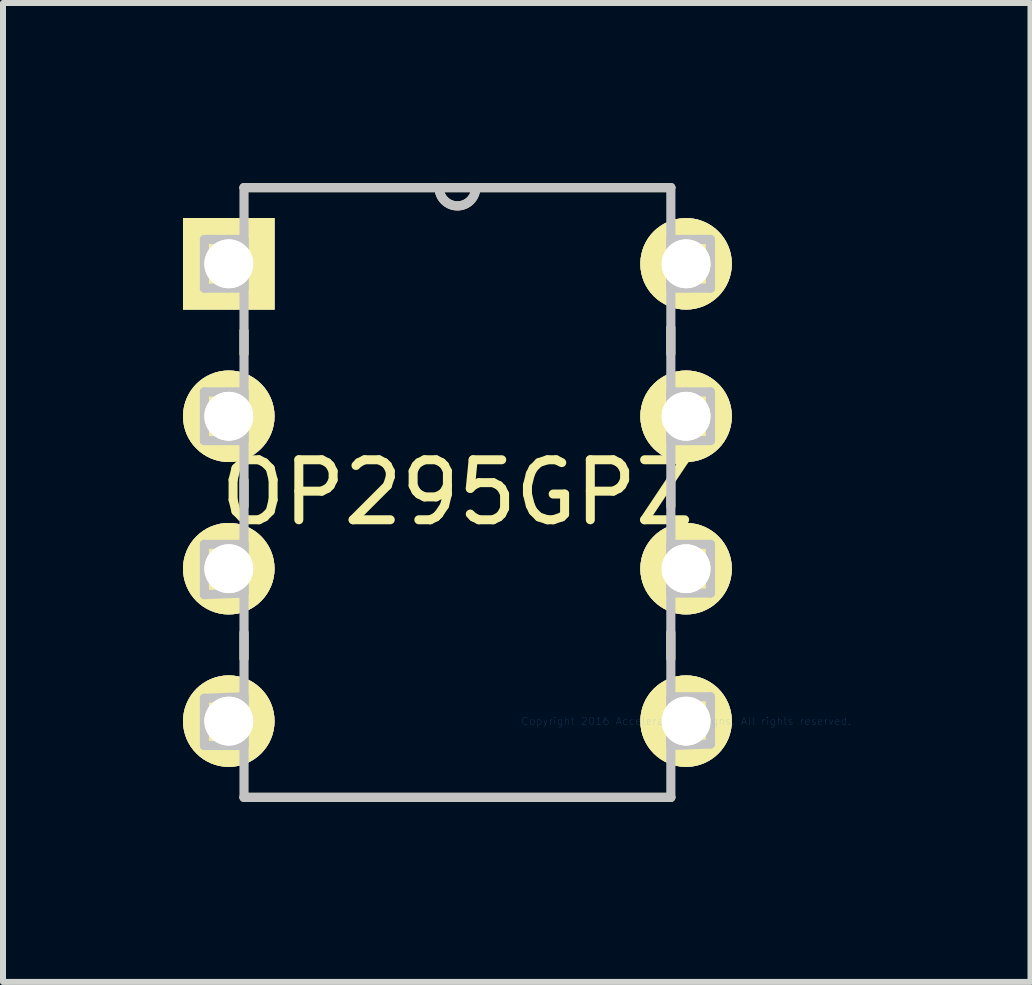
<source format=kicad_pcb>
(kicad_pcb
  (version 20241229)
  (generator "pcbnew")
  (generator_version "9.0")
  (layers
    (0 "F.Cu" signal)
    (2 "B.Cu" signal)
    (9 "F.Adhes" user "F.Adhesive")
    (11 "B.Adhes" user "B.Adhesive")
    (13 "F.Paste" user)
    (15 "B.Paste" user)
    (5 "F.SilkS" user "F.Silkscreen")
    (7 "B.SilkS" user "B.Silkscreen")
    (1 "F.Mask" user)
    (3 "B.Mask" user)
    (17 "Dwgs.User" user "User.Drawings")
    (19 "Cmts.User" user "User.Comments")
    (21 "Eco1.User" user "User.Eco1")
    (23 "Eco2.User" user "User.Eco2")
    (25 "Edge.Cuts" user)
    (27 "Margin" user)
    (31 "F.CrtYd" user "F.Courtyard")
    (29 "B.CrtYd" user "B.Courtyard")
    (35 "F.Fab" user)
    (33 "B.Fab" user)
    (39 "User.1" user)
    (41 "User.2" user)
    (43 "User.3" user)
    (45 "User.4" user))
  (footprint "OP295GPZ"
    (layer "F.Cu")
    (at 8.382 8.966)
    (property "Reference" "OP295GPZ" (at -3.81 -3.81 0) (layer "F.SilkS") (effects (font (size 1 1) (thickness 0.15))))
    (attr through_hole)
    (fp_line (start -7.366 -6.502) (end -7.366 -6.121) (stroke (width 0.152) (type solid)) (layer "F.SilkS"))
    (fp_line (start -7.366 -4.013) (end -7.366 -3.581) (stroke (width 0.152) (type solid)) (layer "F.SilkS"))
    (fp_line (start -7.366 -1.473) (end -7.366 -1.041) (stroke (width 0.152) (type solid)) (layer "F.SilkS"))
    (fp_line (start -7.366 1.27) (end -0.254 1.27) (stroke (width 0.152) (type solid)) (layer "F.SilkS"))
    (fp_line (start -0.254 -8.89) (end -7.366 -8.89) (stroke (width 0.152) (type solid)) (layer "F.SilkS"))
    (fp_line (start -0.254 -6.121) (end -0.254 -6.553) (stroke (width 0.152) (type solid)) (layer "F.SilkS"))
    (fp_line (start -0.254 -3.581) (end -0.254 -4.013) (stroke (width 0.152) (type solid)) (layer "F.SilkS"))
    (fp_line (start -0.254 -1.041) (end -0.254 -1.473) (stroke (width 0.152) (type solid)) (layer "F.SilkS"))
    (fp_arc (start -3.5052 -8.89) (mid -3.81 -8.5852) (end -4.1148 -8.89) (stroke (width 0.1524) (type solid)) (layer "F.SilkS"))
    (fp_line (start -8.026 -8.026) (end -8.026 -7.214) (stroke (width 0.152) (type solid)) (layer "Dwgs.User"))
    (fp_line (start -8.026 -7.214) (end -7.366 -7.214) (stroke (width 0.152) (type solid)) (layer "Dwgs.User"))
    (fp_line (start -8.026 -5.486) (end -8.026 -4.674) (stroke (width 0.152) (type solid)) (layer "Dwgs.User"))
    (fp_line (start -8.026 -4.674) (end -7.366 -4.674) (stroke (width 0.152) (type solid)) (layer "Dwgs.User"))
    (fp_line (start -8.026 -2.946) (end -8.026 -2.108) (stroke (width 0.152) (type solid)) (layer "Dwgs.User"))
    (fp_line (start -8.026 -2.108) (end -7.366 -2.134) (stroke (width 0.152) (type solid)) (layer "Dwgs.User"))
    (fp_line (start -8.026 -0.381) (end -8.026 0.406) (stroke (width 0.152) (type solid)) (layer "Dwgs.User"))
    (fp_line (start -8.026 0.406) (end -7.366 0.406) (stroke (width 0.152) (type solid)) (layer "Dwgs.User"))
    (fp_line (start -7.366 -8.89) (end -7.366 1.27) (stroke (width 0.152) (type solid)) (layer "Dwgs.User"))
    (fp_line (start -7.366 -8.026) (end -8.026 -8.026) (stroke (width 0.152) (type solid)) (layer "Dwgs.User"))
    (fp_line (start -7.366 -7.214) (end -7.366 -8.026) (stroke (width 0.152) (type solid)) (layer "Dwgs.User"))
    (fp_line (start -7.366 -5.486) (end -8.026 -5.486) (stroke (width 0.152) (type solid)) (layer "Dwgs.User"))
    (fp_line (start -7.366 -4.674) (end -7.366 -5.486) (stroke (width 0.152) (type solid)) (layer "Dwgs.User"))
    (fp_line (start -7.366 -2.946) (end -8.026 -2.946) (stroke (width 0.152) (type solid)) (layer "Dwgs.User"))
    (fp_line (start -7.366 -2.134) (end -7.366 -2.946) (stroke (width 0.152) (type solid)) (layer "Dwgs.User"))
    (fp_line (start -7.366 -0.406) (end -8.026 -0.381) (stroke (width 0.152) (type solid)) (layer "Dwgs.User"))
    (fp_line (start -7.366 0.406) (end -7.366 -0.406) (stroke (width 0.152) (type solid)) (layer "Dwgs.User"))
    (fp_line (start -7.366 1.27) (end -0.254 1.27) (stroke (width 0.152) (type solid)) (layer "Dwgs.User"))
    (fp_line (start -0.254 -8.89) (end -7.366 -8.89) (stroke (width 0.152) (type solid)) (layer "Dwgs.User"))
    (fp_line (start -0.254 -8.026) (end -0.254 -7.214) (stroke (width 0.152) (type solid)) (layer "Dwgs.User"))
    (fp_line (start -0.254 -7.214) (end 0.406 -7.214) (stroke (width 0.152) (type solid)) (layer "Dwgs.User"))
    (fp_line (start -0.254 -5.486) (end -0.254 -4.674) (stroke (width 0.152) (type solid)) (layer "Dwgs.User"))
    (fp_line (start -0.254 -4.674) (end 0.406 -4.674) (stroke (width 0.152) (type solid)) (layer "Dwgs.User"))
    (fp_line (start -0.254 -2.946) (end -0.254 -2.134) (stroke (width 0.152) (type solid)) (layer "Dwgs.User"))
    (fp_line (start -0.254 -2.134) (end 0.406 -2.134) (stroke (width 0.152) (type solid)) (layer "Dwgs.User"))
    (fp_line (start -0.254 -0.406) (end -0.254 0.406) (stroke (width 0.152) (type solid)) (layer "Dwgs.User"))
    (fp_line (start -0.254 0.406) (end 0.406 0.381) (stroke (width 0.152) (type solid)) (layer "Dwgs.User"))
    (fp_line (start -0.254 1.27) (end -0.254 -8.89) (stroke (width 0.152) (type solid)) (layer "Dwgs.User"))
    (fp_line (start 0.406 -8.026) (end -0.254 -8.026) (stroke (width 0.152) (type solid)) (layer "Dwgs.User"))
    (fp_line (start 0.406 -7.214) (end 0.406 -8.026) (stroke (width 0.152) (type solid)) (layer "Dwgs.User"))
    (fp_line (start 0.406 -5.486) (end -0.254 -5.486) (stroke (width 0.152) (type solid)) (layer "Dwgs.User"))
    (fp_line (start 0.406 -4.674) (end 0.406 -5.486) (stroke (width 0.152) (type solid)) (layer "Dwgs.User"))
    (fp_line (start 0.406 -2.946) (end -0.254 -2.946) (stroke (width 0.152) (type solid)) (layer "Dwgs.User"))
    (fp_line (start 0.406 -2.134) (end 0.406 -2.946) (stroke (width 0.152) (type solid)) (layer "Dwgs.User"))
    (fp_line (start 0.406 -0.406) (end -0.254 -0.406) (stroke (width 0.152) (type solid)) (layer "Dwgs.User"))
    (fp_line (start 0.406 0.381) (end 0.406 -0.406) (stroke (width 0.152) (type solid)) (layer "Dwgs.User"))
    (fp_arc (start -3.5052 -8.89) (mid -3.81 -8.5852) (end -4.1148 -8.89) (stroke (width 0.1524) (type solid)) (layer "Dwgs.User"))
    (fp_text user "Copyright 2016 Accelerated Designs. All rights reserved." (at 0 0 0) (layer "Cmts.User") (effects (font (size 0.127 0.127) (thickness 0.002))))
    (pad "1" thru_hole rect (at -7.62 -7.62) (size 1.524 1.524) (drill 0.813) (layers "*.Cu" "F.SilkS"))
    (pad "1" thru_hole rect (at -7.62 -7.62) (size 1.524 1.524) (drill 0.813) (layers "*.Cu" "F.SilkS"))
    (pad "2" thru_hole circle (at -7.62 -5.08) (size 1.524 1.524) (drill 0.813) (layers "*.Cu" "F.SilkS"))
    (pad "2" thru_hole circle (at -7.62 -5.08) (size 1.524 1.524) (drill 0.813) (layers "*.Cu" "F.SilkS"))
    (pad "3" thru_hole circle (at -7.62 -2.54) (size 1.524 1.524) (drill 0.813) (layers "*.Cu" "F.SilkS"))
    (pad "3" thru_hole circle (at -7.62 -2.54) (size 1.524 1.524) (drill 0.813) (layers "*.Cu" "F.SilkS"))
    (pad "4" thru_hole circle (at -7.62 0) (size 1.524 1.524) (drill 0.813) (layers "*.Cu" "F.SilkS"))
    (pad "4" thru_hole circle (at -7.62 0) (size 1.524 1.524) (drill 0.813) (layers "*.Cu" "F.SilkS"))
    (pad "5" thru_hole circle (at 0 0) (size 1.524 1.524) (drill 0.813) (layers "*.Cu" "F.SilkS"))
    (pad "5" thru_hole circle (at 0 0) (size 1.524 1.524) (drill 0.813) (layers "*.Cu" "F.SilkS"))
    (pad "6" thru_hole circle (at 0 -2.54) (size 1.524 1.524) (drill 0.813) (layers "*.Cu" "F.SilkS"))
    (pad "6" thru_hole circle (at 0 -2.54) (size 1.524 1.524) (drill 0.813) (layers "*.Cu" "F.SilkS"))
    (pad "7" thru_hole circle (at 0 -5.08) (size 1.524 1.524) (drill 0.813) (layers "*.Cu" "F.SilkS"))
    (pad "7" thru_hole circle (at 0 -5.08) (size 1.524 1.524) (drill 0.813) (layers "*.Cu" "F.SilkS"))
    (pad "8" thru_hole circle (at 0 -7.62) (size 1.524 1.524) (drill 0.813) (layers "*.Cu" "F.SilkS"))
    (pad "8" thru_hole circle (at 0 -7.62) (size 1.524 1.524) (drill 0.813) (layers "*.Cu" "F.SilkS")))
  (gr_rect
    (start -3 -3)
    (end 14.121 13.312)
    (stroke (width 0.1) (type default))
    (fill no)
    (layer "Edge.Cuts")))
</source>
